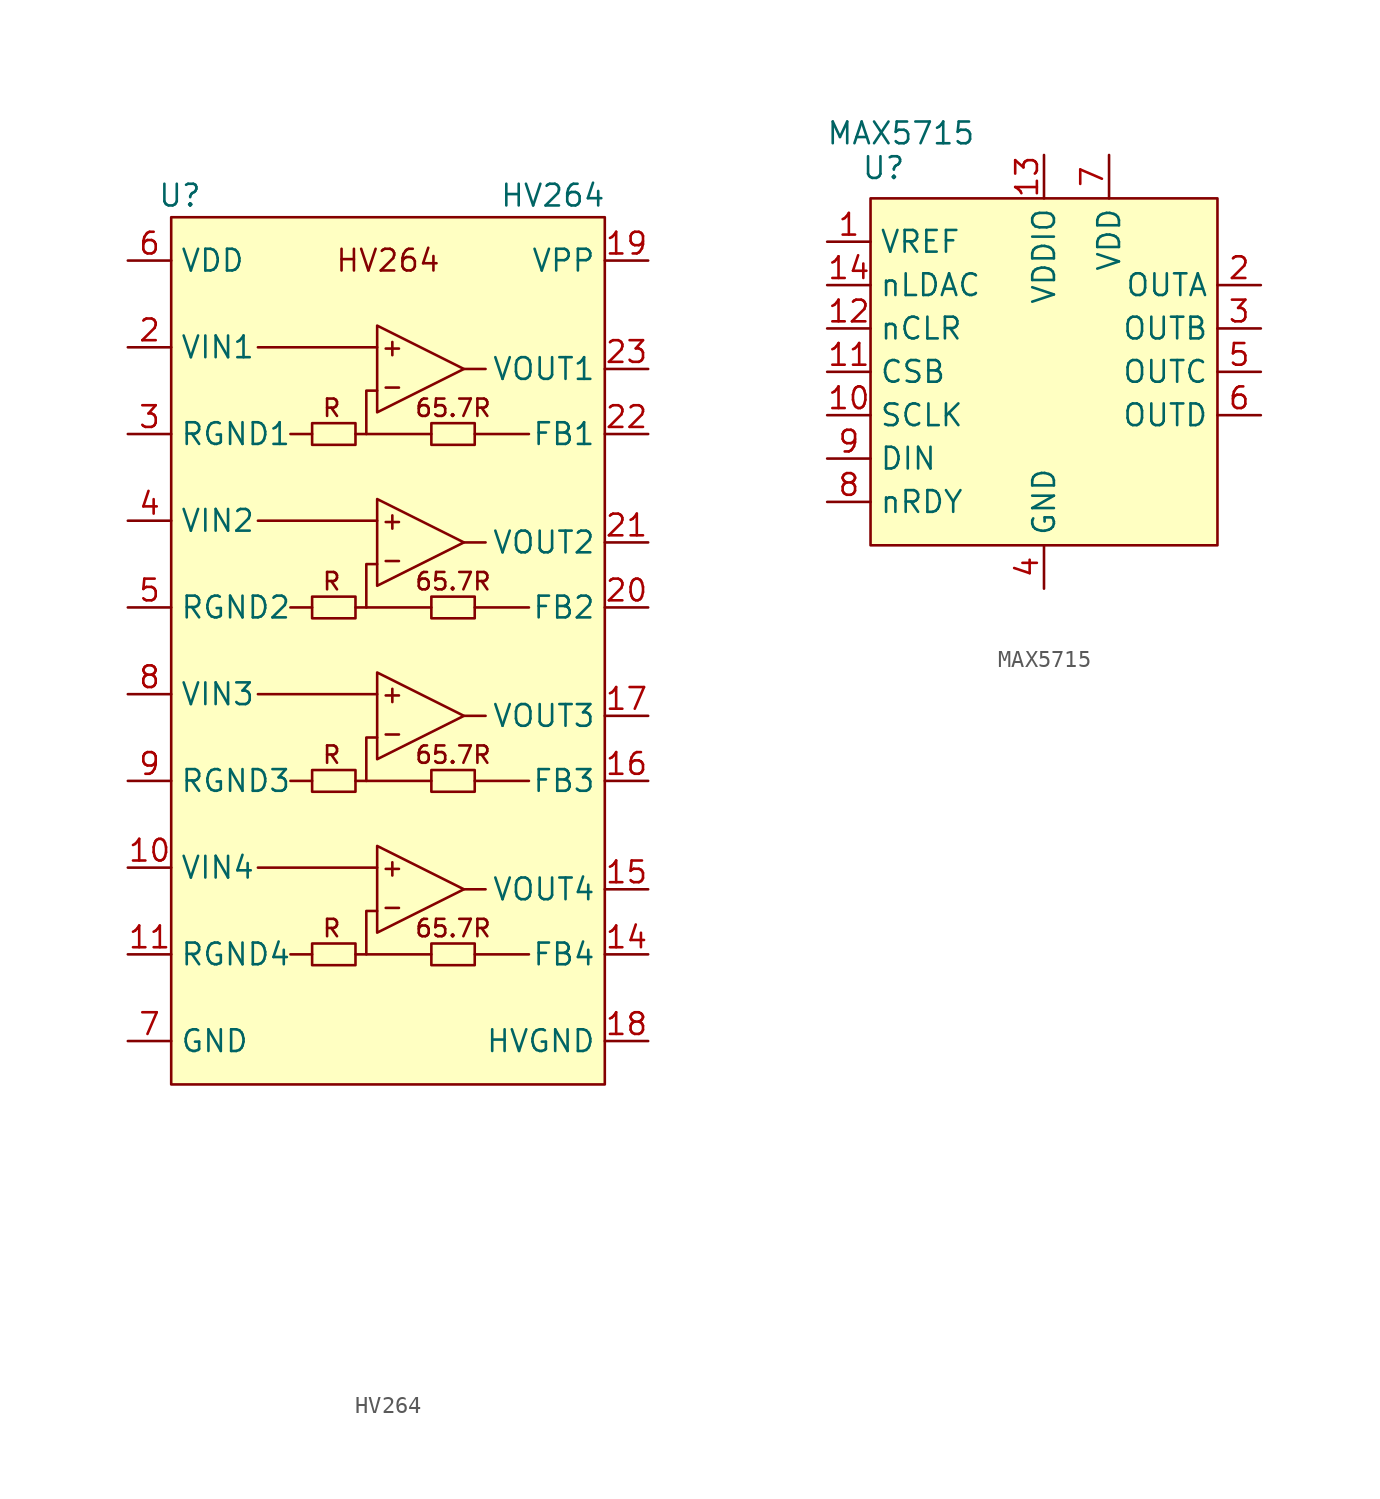
<source format=kicad_sym>
(kicad_symbol_lib
  (version 20231120)
  (generator "kicad_symbol_editor")
  (generator_version "8.0")
  (symbol "HV264"
    (property "Reference" "U"
      (at -12.192 26.67 0)
      (effects (font (size 1.27 1.27))))
    (property "Value" "HV264"
      (at 9.652 26.67 0)
      (effects (font (size 1.27 1.27))))
    (symbol "HV264_0_1"
      (rectangle (start -4.445 -17.145) (end -1.905 -18.415) (stroke (width 0) (type default)) (fill (type none)))
      (rectangle (start -4.445 -6.985) (end -1.905 -8.255) (stroke (width 0) (type default)) (fill (type none)))
      (rectangle (start -4.445 3.175) (end -1.905 1.905) (stroke (width 0) (type default)) (fill (type none)))
      (rectangle (start -4.445 13.335) (end -1.905 12.065) (stroke (width 0) (type default)) (fill (type none)))
      (polyline (pts (xy -7.62 -12.7) (xy -0.635 -12.7)) (stroke (width 0) (type default)) (fill (type none)))
      (polyline (pts (xy -7.62 -2.54) (xy -0.635 -2.54)) (stroke (width 0) (type default)) (fill (type none)))
      (polyline (pts (xy -7.62 7.62) (xy -0.635 7.62)) (stroke (width 0) (type default)) (fill (type none)))
      (polyline (pts (xy -7.62 17.78) (xy -0.635 17.78)) (stroke (width 0) (type default)) (fill (type none)))
      (polyline (pts (xy 4.445 -13.97) (xy 5.715 -13.97)) (stroke (width 0) (type default)) (fill (type none)))
      (polyline (pts (xy 4.445 -3.81) (xy 5.715 -3.81)) (stroke (width 0) (type default)) (fill (type none)))
      (polyline (pts (xy 4.445 6.35) (xy 5.715 6.35)) (stroke (width 0) (type default)) (fill (type none)))
      (polyline (pts (xy 4.445 16.51) (xy 5.715 16.51)) (stroke (width 0) (type default)) (fill (type none)))
      (polyline (pts (xy 8.255 -17.78) (xy 5.08 -17.78)) (stroke (width 0) (type default)) (fill (type none)))
      (polyline (pts (xy 8.255 -7.62) (xy 5.08 -7.62)) (stroke (width 0) (type default)) (fill (type none)))
      (polyline (pts (xy 8.255 2.54) (xy 5.08 2.54)) (stroke (width 0) (type default)) (fill (type none)))
      (polyline (pts (xy 8.255 12.7) (xy 5.08 12.7)) (stroke (width 0) (type default)) (fill (type none)))
      (rectangle (start 2.54 -17.145) (end 5.08 -18.415) (stroke (width 0) (type default)) (fill (type none)))
      (rectangle (start 2.54 -6.985) (end 5.08 -8.255) (stroke (width 0) (type default)) (fill (type none)))
      (rectangle (start 2.54 3.175) (end 5.08 1.905) (stroke (width 0) (type default)) (fill (type none)))
      (rectangle (start 2.54 13.335) (end 5.08 12.065) (stroke (width 0) (type default)) (fill (type none))))
    (symbol "HV264_1_1"
      (rectangle (start -12.7 25.4) (end 12.7 -25.4) (stroke (width 0) (type default)) (fill (type background)))
      (polyline (pts (xy -5.715 -17.78) (xy -4.445 -17.78)) (stroke (width 0) (type default)) (fill (type none)))
      (polyline (pts (xy -5.715 -7.62) (xy -4.445 -7.62)) (stroke (width 0) (type default)) (fill (type none)))
      (polyline (pts (xy -5.715 2.54) (xy -4.445 2.54)) (stroke (width 0) (type default)) (fill (type none)))
      (polyline (pts (xy -5.715 12.7) (xy -4.445 12.7)) (stroke (width 0) (type default)) (fill (type none)))
      (polyline (pts (xy -1.905 -17.78) (xy 2.54 -17.78)) (stroke (width 0) (type default)) (fill (type none)))
      (polyline (pts (xy -1.905 -7.62) (xy 2.54 -7.62)) (stroke (width 0) (type default)) (fill (type none)))
      (polyline (pts (xy -1.905 2.54) (xy 2.54 2.54)) (stroke (width 0) (type default)) (fill (type none)))
      (polyline (pts (xy -1.905 12.7) (xy 2.54 12.7)) (stroke (width 0) (type default)) (fill (type none)))
      (polyline (pts (xy -1.27 -17.78) (xy -1.27 -15.24) (xy -0.635 -15.24)) (stroke (width 0) (type default)) (fill (type none)))
      (polyline (pts (xy -1.27 -7.62) (xy -1.27 -5.08) (xy -0.635 -5.08)) (stroke (width 0) (type default)) (fill (type none)))
      (polyline (pts (xy -1.27 2.54) (xy -1.27 5.08) (xy -0.635 5.08)) (stroke (width 0) (type default)) (fill (type none)))
      (polyline (pts (xy -1.27 12.7) (xy -1.27 15.24) (xy -0.635 15.24)) (stroke (width 0) (type default)) (fill (type none)))
      (polyline (pts (xy 4.445 -13.97) (xy -0.635 -11.43) (xy -0.635 -16.51) (xy 4.445 -13.97)) (stroke (width 0) (type default)) (fill (type none)))
      (polyline (pts (xy 4.445 -3.81) (xy -0.635 -1.27) (xy -0.635 -6.35) (xy 4.445 -3.81)) (stroke (width 0) (type default)) (fill (type none)))
      (polyline (pts (xy 4.445 6.35) (xy -0.635 8.89) (xy -0.635 3.81) (xy 4.445 6.35)) (stroke (width 0) (type default)) (fill (type none)))
      (polyline (pts (xy 4.445 16.51) (xy -0.635 19.05) (xy -0.635 13.97) (xy 4.445 16.51)) (stroke (width 0) (type default)) (fill (type none)))
      (text "+" (at 0.254 -12.7 0) (effects (font (size 1.016 1.016))))
      (text "+" (at 0.254 -2.54 0) (effects (font (size 1.016 1.016))))
      (text "+" (at 0.254 7.62 0) (effects (font (size 1.016 1.016))))
      (text "+" (at 0.254 17.78 0) (effects (font (size 1.016 1.016))))
      (text "-" (at 0.254 -14.986 0) (effects (font (size 1.016 1.016))))
      (text "-" (at 0.254 -4.826 0) (effects (font (size 1.016 1.016))))
      (text "-" (at 0.254 5.334 0) (effects (font (size 1.016 1.016))))
      (text "-" (at 0.254 15.494 0) (effects (font (size 1.016 1.016))))
      (text "65.7R" (at 3.81 -16.256 0) (effects (font (size 1.016 1.016))))
      (text "65.7R" (at 3.81 -6.096 0) (effects (font (size 1.016 1.016))))
      (text "65.7R" (at 3.81 4.064 0) (effects (font (size 1.016 1.016))))
      (text "65.7R" (at 3.81 14.224 0) (effects (font (size 1.016 1.016))))
      (text "HV264" (at 0 22.86 0) (effects (font (size 1.27 1.27))))
      (text "R" (at -3.302 -16.256 0) (effects (font (size 1.016 1.016))))
      (text "R" (at -3.302 -6.096 0) (effects (font (size 1.016 1.016))))
      (text "R" (at -3.302 4.064 0) (effects (font (size 1.016 1.016))))
      (text "R" (at -3.302 14.224 0) (effects (font (size 1.016 1.016))))
      (pin no_connect line (at -8.89 -29.21 0) (length 2.54) hide (name "NC" (effects (font (size 1.27 1.27)))) (number "1" (effects (font (size 1.27 1.27)))))
      (pin input line (at -15.24 -12.7 0) (length 2.54) (name "VIN4" (effects (font (size 1.27 1.27)))) (number "10" (effects (font (size 1.27 1.27)))))
      (pin power_in line (at -15.24 -17.78 0) (length 2.54) (name "RGND4" (effects (font (size 1.27 1.27)))) (number "11" (effects (font (size 1.27 1.27)))))
      (pin no_connect line (at -8.89 -31.75 0) (length 2.54) hide (name "NC" (effects (font (size 1.27 1.27)))) (number "12" (effects (font (size 1.27 1.27)))))
      (pin no_connect line (at -8.89 -34.29 0) (length 2.54) hide (name "NC" (effects (font (size 1.27 1.27)))) (number "13" (effects (font (size 1.27 1.27)))))
      (pin output line (at 15.24 -17.78 180) (length 2.54) (name "FB4" (effects (font (size 1.27 1.27)))) (number "14" (effects (font (size 1.27 1.27)))))
      (pin output line (at 15.24 -13.97 180) (length 2.54) (name "VOUT4" (effects (font (size 1.27 1.27)))) (number "15" (effects (font (size 1.27 1.27)))))
      (pin output line (at 15.24 -7.62 180) (length 2.54) (name "FB3" (effects (font (size 1.27 1.27)))) (number "16" (effects (font (size 1.27 1.27)))))
      (pin output line (at 15.24 -3.81 180) (length 2.54) (name "VOUT3" (effects (font (size 1.27 1.27)))) (number "17" (effects (font (size 1.27 1.27)))))
      (pin power_in line (at 15.24 -22.86 180) (length 2.54) (name "HVGND" (effects (font (size 1.27 1.27)))) (number "18" (effects (font (size 1.27 1.27)))))
      (pin power_in line (at 15.24 22.86 180) (length 2.54) (name "VPP" (effects (font (size 1.27 1.27)))) (number "19" (effects (font (size 1.27 1.27)))))
      (pin input line (at -15.24 17.78 0) (length 2.54) (name "VIN1" (effects (font (size 1.27 1.27)))) (number "2" (effects (font (size 1.27 1.27)))))
      (pin output line (at 15.24 2.54 180) (length 2.54) (name "FB2" (effects (font (size 1.27 1.27)))) (number "20" (effects (font (size 1.27 1.27)))))
      (pin output line (at 15.24 6.35 180) (length 2.54) (name "VOUT2" (effects (font (size 1.27 1.27)))) (number "21" (effects (font (size 1.27 1.27)))))
      (pin output line (at 15.24 12.7 180) (length 2.54) (name "FB1" (effects (font (size 1.27 1.27)))) (number "22" (effects (font (size 1.27 1.27)))))
      (pin output line (at 15.24 16.51 180) (length 2.54) (name "VOUT1" (effects (font (size 1.27 1.27)))) (number "23" (effects (font (size 1.27 1.27)))))
      (pin no_connect line (at -8.89 -36.83 0) (length 2.54) hide (name "NC" (effects (font (size 1.27 1.27)))) (number "24" (effects (font (size 1.27 1.27)))))
      (pin power_in line (at -15.24 12.7 0) (length 2.54) (name "RGND1" (effects (font (size 1.27 1.27)))) (number "3" (effects (font (size 1.27 1.27)))))
      (pin input line (at -15.24 7.62 0) (length 2.54) (name "VIN2" (effects (font (size 1.27 1.27)))) (number "4" (effects (font (size 1.27 1.27)))))
      (pin power_in line (at -15.24 2.54 0) (length 2.54) (name "RGND2" (effects (font (size 1.27 1.27)))) (number "5" (effects (font (size 1.27 1.27)))))
      (pin power_in line (at -15.24 22.86 0) (length 2.54) (name "VDD" (effects (font (size 1.27 1.27)))) (number "6" (effects (font (size 1.27 1.27)))))
      (pin power_in line (at -15.24 -22.86 0) (length 2.54) (name "GND" (effects (font (size 1.27 1.27)))) (number "7" (effects (font (size 1.27 1.27)))))
      (pin input line (at -15.24 -2.54 0) (length 2.54) (name "VIN3" (effects (font (size 1.27 1.27)))) (number "8" (effects (font (size 1.27 1.27)))))
      (pin power_in line (at -15.24 -7.62 0) (length 2.54) (name "RGND3" (effects (font (size 1.27 1.27)))) (number "9" (effects (font (size 1.27 1.27)))))))
  (symbol "MAX5715"
    (property "Reference" "U"
      (at -9.398 10.668 0)
      (effects (font (size 1.27 1.27))))
    (property "Value" "MAX5715"
      (at -8.382 12.7 0)
      (effects (font (size 1.27 1.27))))
    (symbol "MAX5715_1_1"
      (rectangle (start -10.16 8.89) (end 10.16 -11.43) (stroke (width 0) (type default)) (fill (type background)))
      (pin input line (at -12.7 6.35 0) (length 2.54) (name "VREF" (effects (font (size 1.27 1.27)))) (number "1" (effects (font (size 1.27 1.27)))))
      (pin power_in line (at -12.7 -3.81 0) (length 2.54) (name "SCLK" (effects (font (size 1.27 1.27)))) (number "10" (effects (font (size 1.27 1.27)))))
      (pin power_in line (at -12.7 -1.27 0) (length 2.54) (name "CSB" (effects (font (size 1.27 1.27)))) (number "11" (effects (font (size 1.27 1.27)))))
      (pin power_in line (at -12.7 1.27 0) (length 2.54) (name "nCLR" (effects (font (size 1.27 1.27)))) (number "12" (effects (font (size 1.27 1.27)))))
      (pin power_in line (at 0 11.43 270) (length 2.54) (name "VDDIO" (effects (font (size 1.27 1.27)))) (number "13" (effects (font (size 1.27 1.27)))))
      (pin power_in line (at -12.7 3.81 0) (length 2.54) (name "nLDAC" (effects (font (size 1.27 1.27)))) (number "14" (effects (font (size 1.27 1.27)))))
      (pin output line (at 12.7 3.81 180) (length 2.54) (name "OUTA" (effects (font (size 1.27 1.27)))) (number "2" (effects (font (size 1.27 1.27)))))
      (pin output line (at 12.7 1.27 180) (length 2.54) (name "OUTB" (effects (font (size 1.27 1.27)))) (number "3" (effects (font (size 1.27 1.27)))))
      (pin power_in line (at 0 -13.97 90) (length 2.54) (name "GND" (effects (font (size 1.27 1.27)))) (number "4" (effects (font (size 1.27 1.27)))))
      (pin output line (at 12.7 -1.27 180) (length 2.54) (name "OUTC" (effects (font (size 1.27 1.27)))) (number "5" (effects (font (size 1.27 1.27)))))
      (pin output line (at 12.7 -3.81 180) (length 2.54) (name "OUTD" (effects (font (size 1.27 1.27)))) (number "6" (effects (font (size 1.27 1.27)))))
      (pin power_in line (at 3.81 11.43 270) (length 2.54) (name "VDD" (effects (font (size 1.27 1.27)))) (number "7" (effects (font (size 1.27 1.27)))))
      (pin power_in line (at -12.7 -8.89 0) (length 2.54) (name "nRDY" (effects (font (size 1.27 1.27)))) (number "8" (effects (font (size 1.27 1.27)))))
      (pin power_in line (at -12.7 -6.35 0) (length 2.54) (name "DIN" (effects (font (size 1.27 1.27)))) (number "9" (effects (font (size 1.27 1.27))))))))
</source>
